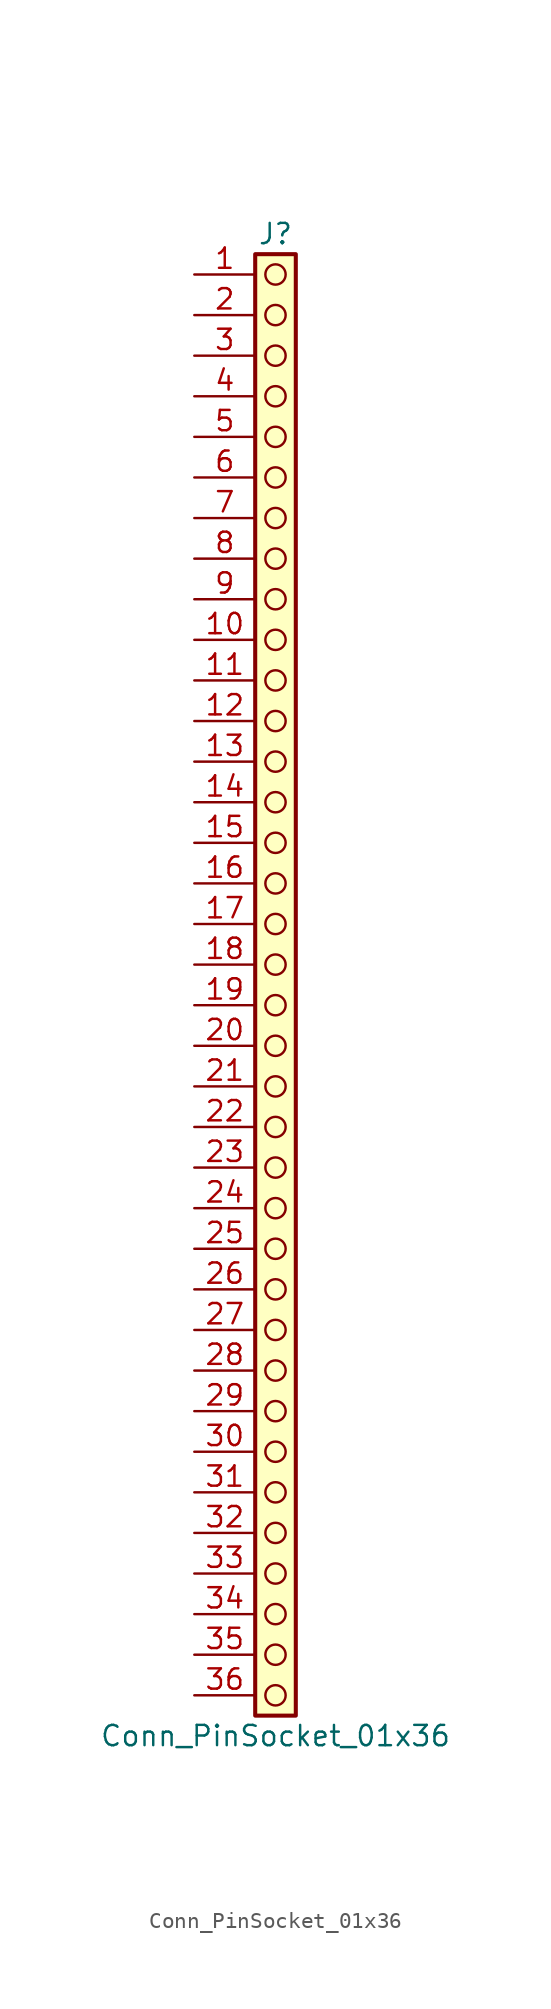
<source format=kicad_sym>
(kicad_symbol_lib
  (version 20241209)
  (generator "kicad_symbol_editor")
  (generator_version "9.0")
  (symbol "Conn_PinSocket_01x36"
    (pin_names
      (offset 1.016)
      (hide yes))
    (property "Reference" "J"
      (at 0 45.72 0)
      (effects (font (size 1.27 1.27))))
    (property "Value" "Conn_PinSocket_01x36"
      (at 0 -48.26 0)
      (effects (font (size 1.27 1.27))))
    (symbol "Conn_PinSocket_01x36_1_1"
      (rectangle (start -1.27 44.45) (end 1.27 -46.99) (stroke (width 0.254) (type default)) (fill (type background)))
      (circle (center 0 43.18) (radius 0.635) (stroke (width 0) (type solid) (color 132 0 0 1)) (fill (type none)))
      (circle (center 0 40.64) (radius 0.635) (stroke (width 0) (type solid) (color 132 0 0 1)) (fill (type none)))
      (circle (center 0 38.1) (radius 0.635) (stroke (width 0) (type solid) (color 132 0 0 1)) (fill (type none)))
      (circle (center 0 35.56) (radius 0.635) (stroke (width 0) (type solid) (color 132 0 0 1)) (fill (type none)))
      (circle (center 0 33.02) (radius 0.635) (stroke (width 0) (type solid) (color 132 0 0 1)) (fill (type none)))
      (circle (center 0 30.48) (radius 0.635) (stroke (width 0) (type solid) (color 132 0 0 1)) (fill (type none)))
      (circle (center 0 27.94) (radius 0.635) (stroke (width 0) (type solid) (color 132 0 0 1)) (fill (type none)))
      (circle (center 0 25.4) (radius 0.635) (stroke (width 0) (type solid) (color 132 0 0 1)) (fill (type none)))
      (circle (center 0 22.86) (radius 0.635) (stroke (width 0) (type solid) (color 132 0 0 1)) (fill (type none)))
      (circle (center 0 20.32) (radius 0.635) (stroke (width 0) (type solid) (color 132 0 0 1)) (fill (type none)))
      (circle (center 0 17.78) (radius 0.635) (stroke (width 0) (type solid) (color 132 0 0 1)) (fill (type none)))
      (circle (center 0 15.24) (radius 0.635) (stroke (width 0) (type solid) (color 132 0 0 1)) (fill (type none)))
      (circle (center 0 12.7) (radius 0.635) (stroke (width 0) (type solid) (color 132 0 0 1)) (fill (type none)))
      (circle (center 0 10.16) (radius 0.635) (stroke (width 0) (type solid) (color 132 0 0 1)) (fill (type none)))
      (circle (center 0 7.62) (radius 0.635) (stroke (width 0) (type solid) (color 132 0 0 1)) (fill (type none)))
      (circle (center 0 5.08) (radius 0.635) (stroke (width 0) (type solid) (color 132 0 0 1)) (fill (type none)))
      (circle (center 0 2.54) (radius 0.635) (stroke (width 0) (type solid) (color 132 0 0 1)) (fill (type none)))
      (circle (center 0 0) (radius 0.635) (stroke (width 0) (type solid) (color 132 0 0 1)) (fill (type none)))
      (circle (center 0 -2.54) (radius 0.635) (stroke (width 0) (type solid) (color 132 0 0 1)) (fill (type none)))
      (circle (center 0 -5.08) (radius 0.635) (stroke (width 0) (type solid) (color 132 0 0 1)) (fill (type none)))
      (circle (center 0 -7.62) (radius 0.635) (stroke (width 0) (type solid) (color 132 0 0 1)) (fill (type none)))
      (circle (center 0 -10.16) (radius 0.635) (stroke (width 0) (type solid) (color 132 0 0 1)) (fill (type none)))
      (circle (center 0 -12.7) (radius 0.635) (stroke (width 0) (type solid) (color 132 0 0 1)) (fill (type none)))
      (circle (center 0 -15.24) (radius 0.635) (stroke (width 0) (type solid) (color 132 0 0 1)) (fill (type none)))
      (circle (center 0 -17.78) (radius 0.635) (stroke (width 0) (type solid) (color 132 0 0 1)) (fill (type none)))
      (circle (center 0 -20.32) (radius 0.635) (stroke (width 0) (type solid) (color 132 0 0 1)) (fill (type none)))
      (circle (center 0 -22.86) (radius 0.635) (stroke (width 0) (type solid) (color 132 0 0 1)) (fill (type none)))
      (circle (center 0 -25.4) (radius 0.635) (stroke (width 0) (type solid) (color 132 0 0 1)) (fill (type none)))
      (circle (center 0 -27.94) (radius 0.635) (stroke (width 0) (type solid) (color 132 0 0 1)) (fill (type none)))
      (circle (center 0 -30.48) (radius 0.635) (stroke (width 0) (type solid) (color 132 0 0 1)) (fill (type none)))
      (circle (center 0 -33.02) (radius 0.635) (stroke (width 0) (type solid) (color 132 0 0 1)) (fill (type none)))
      (circle (center 0 -35.56) (radius 0.635) (stroke (width 0) (type solid) (color 132 0 0 1)) (fill (type none)))
      (circle (center 0 -38.1) (radius 0.635) (stroke (width 0) (type solid) (color 132 0 0 1)) (fill (type none)))
      (circle (center 0 -40.64) (radius 0.635) (stroke (width 0) (type solid) (color 132 0 0 1)) (fill (type none)))
      (circle (center 0 -43.18) (radius 0.635) (stroke (width 0) (type solid) (color 132 0 0 1)) (fill (type none)))
      (circle (center 0 -45.72) (radius 0.635) (stroke (width 0) (type solid) (color 132 0 0 1)) (fill (type none)))
      (pin passive line (at -5.08 43.18 0) (length 3.81) (name "Pin_1" (effects (font (size 1.27 1.27)))) (number "1" (effects (font (size 1.27 1.27)))))
      (pin passive line (at -5.08 40.64 0) (length 3.81) (name "Pin_2" (effects (font (size 1.27 1.27)))) (number "2" (effects (font (size 1.27 1.27)))))
      (pin passive line (at -5.08 38.1 0) (length 3.81) (name "Pin_3" (effects (font (size 1.27 1.27)))) (number "3" (effects (font (size 1.27 1.27)))))
      (pin passive line (at -5.08 35.56 0) (length 3.81) (name "Pin_4" (effects (font (size 1.27 1.27)))) (number "4" (effects (font (size 1.27 1.27)))))
      (pin passive line (at -5.08 33.02 0) (length 3.81) (name "Pin_5" (effects (font (size 1.27 1.27)))) (number "5" (effects (font (size 1.27 1.27)))))
      (pin passive line (at -5.08 30.48 0) (length 3.81) (name "Pin_6" (effects (font (size 1.27 1.27)))) (number "6" (effects (font (size 1.27 1.27)))))
      (pin passive line (at -5.08 27.94 0) (length 3.81) (name "Pin_7" (effects (font (size 1.27 1.27)))) (number "7" (effects (font (size 1.27 1.27)))))
      (pin passive line (at -5.08 25.4 0) (length 3.81) (name "Pin_8" (effects (font (size 1.27 1.27)))) (number "8" (effects (font (size 1.27 1.27)))))
      (pin passive line (at -5.08 22.86 0) (length 3.81) (name "Pin_9" (effects (font (size 1.27 1.27)))) (number "9" (effects (font (size 1.27 1.27)))))
      (pin passive line (at -5.08 20.32 0) (length 3.81) (name "Pin_10" (effects (font (size 1.27 1.27)))) (number "10" (effects (font (size 1.27 1.27)))))
      (pin passive line (at -5.08 17.78 0) (length 3.81) (name "Pin_11" (effects (font (size 1.27 1.27)))) (number "11" (effects (font (size 1.27 1.27)))))
      (pin passive line (at -5.08 15.24 0) (length 3.81) (name "Pin_12" (effects (font (size 1.27 1.27)))) (number "12" (effects (font (size 1.27 1.27)))))
      (pin passive line (at -5.08 12.7 0) (length 3.81) (name "Pin_13" (effects (font (size 1.27 1.27)))) (number "13" (effects (font (size 1.27 1.27)))))
      (pin passive line (at -5.08 10.16 0) (length 3.81) (name "Pin_14" (effects (font (size 1.27 1.27)))) (number "14" (effects (font (size 1.27 1.27)))))
      (pin passive line (at -5.08 7.62 0) (length 3.81) (name "Pin_15" (effects (font (size 1.27 1.27)))) (number "15" (effects (font (size 1.27 1.27)))))
      (pin passive line (at -5.08 5.08 0) (length 3.81) (name "Pin_16" (effects (font (size 1.27 1.27)))) (number "16" (effects (font (size 1.27 1.27)))))
      (pin passive line (at -5.08 2.54 0) (length 3.81) (name "Pin_17" (effects (font (size 1.27 1.27)))) (number "17" (effects (font (size 1.27 1.27)))))
      (pin passive line (at -5.08 0 0) (length 3.81) (name "Pin_18" (effects (font (size 1.27 1.27)))) (number "18" (effects (font (size 1.27 1.27)))))
      (pin passive line (at -5.08 -2.54 0) (length 3.81) (name "Pin_19" (effects (font (size 1.27 1.27)))) (number "19" (effects (font (size 1.27 1.27)))))
      (pin passive line (at -5.08 -5.08 0) (length 3.81) (name "Pin_20" (effects (font (size 1.27 1.27)))) (number "20" (effects (font (size 1.27 1.27)))))
      (pin passive line (at -5.08 -7.62 0) (length 3.81) (name "Pin_21" (effects (font (size 1.27 1.27)))) (number "21" (effects (font (size 1.27 1.27)))))
      (pin passive line (at -5.08 -10.16 0) (length 3.81) (name "Pin_22" (effects (font (size 1.27 1.27)))) (number "22" (effects (font (size 1.27 1.27)))))
      (pin passive line (at -5.08 -12.7 0) (length 3.81) (name "Pin_23" (effects (font (size 1.27 1.27)))) (number "23" (effects (font (size 1.27 1.27)))))
      (pin passive line (at -5.08 -15.24 0) (length 3.81) (name "Pin_24" (effects (font (size 1.27 1.27)))) (number "24" (effects (font (size 1.27 1.27)))))
      (pin passive line (at -5.08 -17.78 0) (length 3.81) (name "Pin_25" (effects (font (size 1.27 1.27)))) (number "25" (effects (font (size 1.27 1.27)))))
      (pin passive line (at -5.08 -20.32 0) (length 3.81) (name "Pin_26" (effects (font (size 1.27 1.27)))) (number "26" (effects (font (size 1.27 1.27)))))
      (pin passive line (at -5.08 -22.86 0) (length 3.81) (name "Pin_27" (effects (font (size 1.27 1.27)))) (number "27" (effects (font (size 1.27 1.27)))))
      (pin passive line (at -5.08 -25.4 0) (length 3.81) (name "Pin_28" (effects (font (size 1.27 1.27)))) (number "28" (effects (font (size 1.27 1.27)))))
      (pin passive line (at -5.08 -27.94 0) (length 3.81) (name "Pin_29" (effects (font (size 1.27 1.27)))) (number "29" (effects (font (size 1.27 1.27)))))
      (pin passive line (at -5.08 -30.48 0) (length 3.81) (name "Pin_30" (effects (font (size 1.27 1.27)))) (number "30" (effects (font (size 1.27 1.27)))))
      (pin passive line (at -5.08 -33.02 0) (length 3.81) (name "Pin_31" (effects (font (size 1.27 1.27)))) (number "31" (effects (font (size 1.27 1.27)))))
      (pin passive line (at -5.08 -35.56 0) (length 3.81) (name "Pin_32" (effects (font (size 1.27 1.27)))) (number "32" (effects (font (size 1.27 1.27)))))
      (pin passive line (at -5.08 -38.1 0) (length 3.81) (name "Pin_33" (effects (font (size 1.27 1.27)))) (number "33" (effects (font (size 1.27 1.27)))))
      (pin passive line (at -5.08 -40.64 0) (length 3.81) (name "Pin_34" (effects (font (size 1.27 1.27)))) (number "34" (effects (font (size 1.27 1.27)))))
      (pin passive line (at -5.08 -43.18 0) (length 3.81) (name "Pin_35" (effects (font (size 1.27 1.27)))) (number "35" (effects (font (size 1.27 1.27)))))
      (pin passive line (at -5.08 -45.72 0) (length 3.81) (name "Pin_36" (effects (font (size 1.27 1.27)))) (number "36" (effects (font (size 1.27 1.27))))))))
</source>
